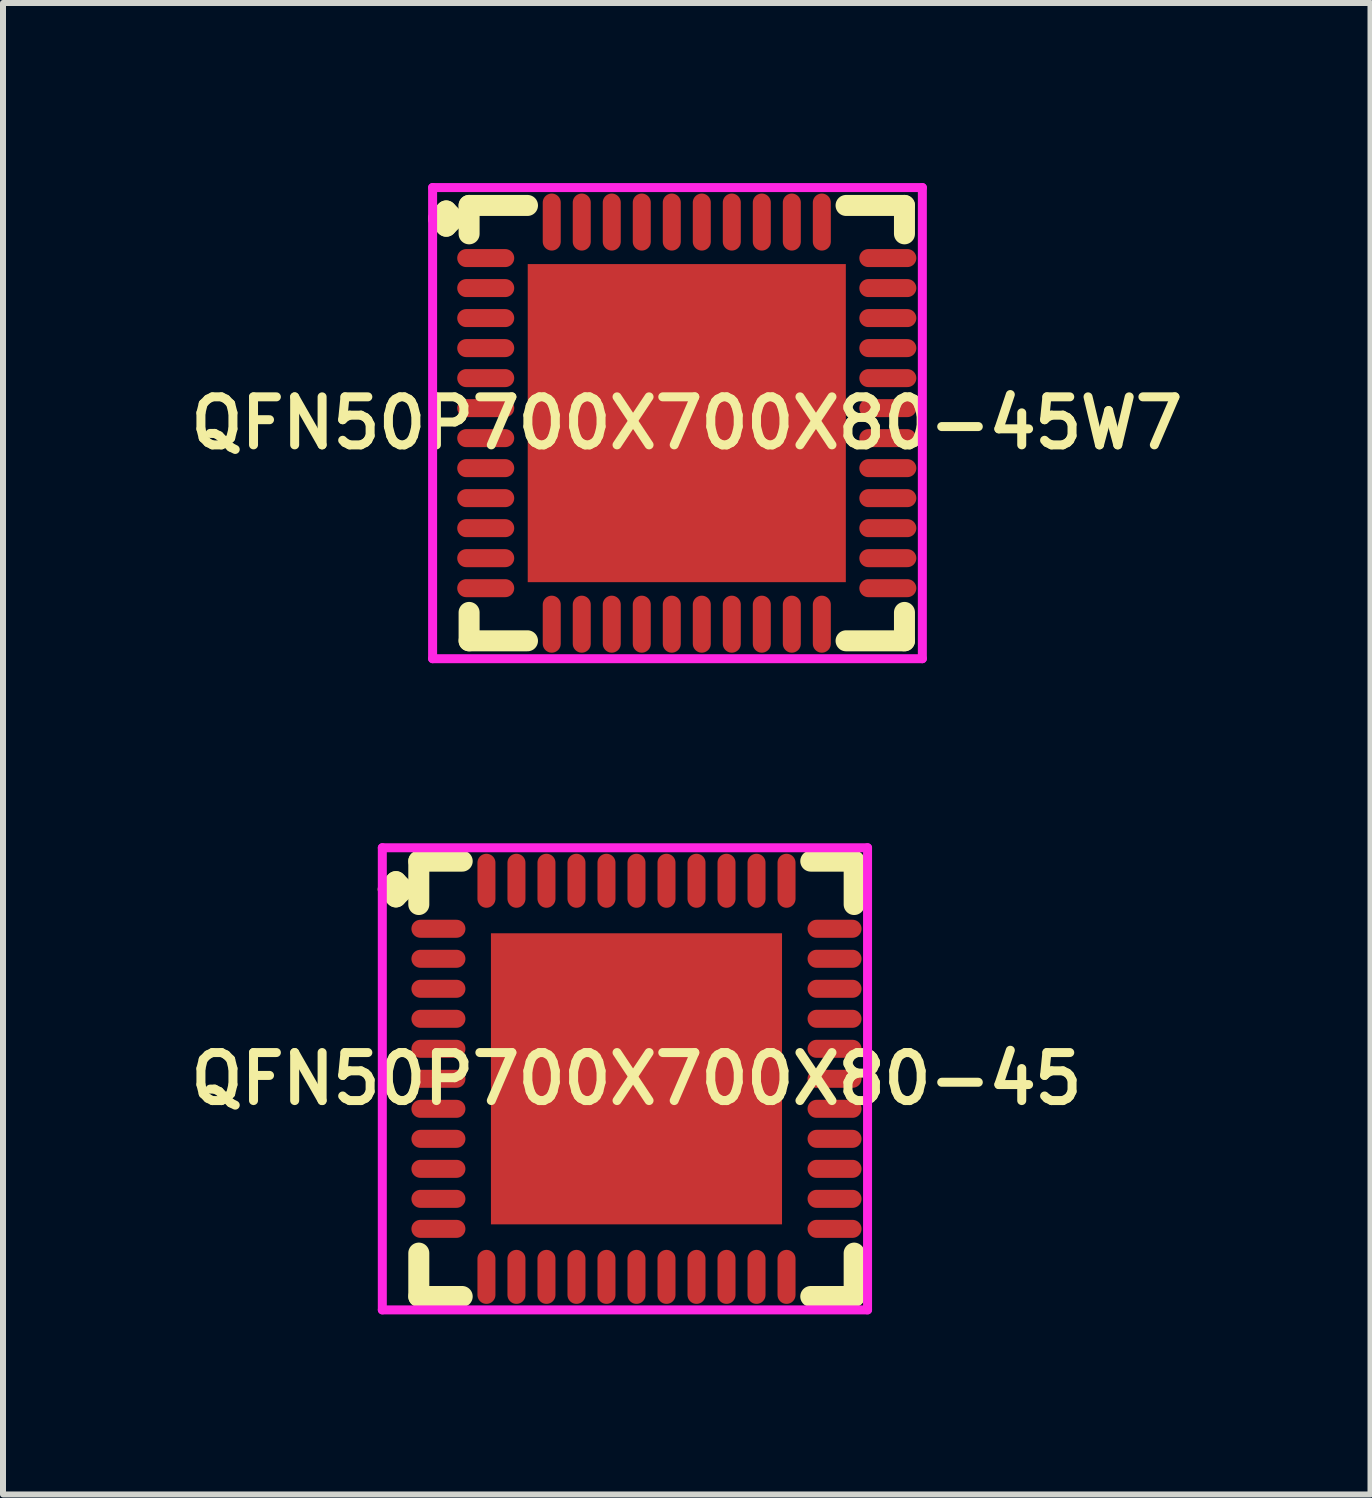
<source format=kicad_pcb>
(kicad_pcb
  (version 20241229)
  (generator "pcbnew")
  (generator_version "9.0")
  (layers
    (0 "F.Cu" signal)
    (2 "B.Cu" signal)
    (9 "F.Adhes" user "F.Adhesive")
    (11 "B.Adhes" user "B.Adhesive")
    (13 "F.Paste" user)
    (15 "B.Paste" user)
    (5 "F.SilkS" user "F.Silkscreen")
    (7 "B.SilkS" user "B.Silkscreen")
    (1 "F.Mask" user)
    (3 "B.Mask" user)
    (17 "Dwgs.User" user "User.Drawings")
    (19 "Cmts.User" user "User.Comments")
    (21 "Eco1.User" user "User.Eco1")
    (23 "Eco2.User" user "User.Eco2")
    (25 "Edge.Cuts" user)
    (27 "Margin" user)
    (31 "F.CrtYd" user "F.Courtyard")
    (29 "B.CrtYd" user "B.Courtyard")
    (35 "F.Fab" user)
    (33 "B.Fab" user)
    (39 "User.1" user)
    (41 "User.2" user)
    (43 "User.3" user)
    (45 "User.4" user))
  (footprint "QFN50P700X700X80-45W7"
    (layer "F.Cu")
    (at 8.393 4)
    (property "Reference" "QFN50P700X700X80-45W7" (at 0 0 0) (layer "F.SilkS") (effects (font (size 0.8 0.8) (thickness 0.15))))
    (attr smd)
    (fp_line (start -4.135 -3.408) (end -4.008 -3.535) (stroke (width 0.35) (type solid)) (layer "F.SilkS"))
    (fp_line (start -4.008 -3.535) (end -3.881 -3.408) (stroke (width 0.35) (type solid)) (layer "F.SilkS"))
    (fp_line (start -4.008 -3.281) (end -4.135 -3.408) (stroke (width 0.35) (type solid)) (layer "F.SilkS"))
    (fp_line (start -3.881 -3.408) (end -4.008 -3.281) (stroke (width 0.35) (type solid)) (layer "F.SilkS"))
    (fp_line (start -3.627 -3.627) (end -2.654 -3.627) (stroke (width 0.35) (type solid)) (layer "F.SilkS"))
    (fp_line (start -3.627 -3.154) (end -3.627 -3.627) (stroke (width 0.35) (type solid)) (layer "F.SilkS"))
    (fp_line (start -3.627 3.154) (end -3.627 3.627) (stroke (width 0.35) (type solid)) (layer "F.SilkS"))
    (fp_line (start -3.627 3.627) (end -2.654 3.627) (stroke (width 0.35) (type solid)) (layer "F.SilkS"))
    (fp_line (start 2.654 -3.627) (end 3.627 -3.627) (stroke (width 0.35) (type solid)) (layer "F.SilkS"))
    (fp_line (start 2.654 3.627) (end 3.627 3.627) (stroke (width 0.35) (type solid)) (layer "F.SilkS"))
    (fp_line (start 3.627 -3.627) (end 3.627 -3.154) (stroke (width 0.35) (type solid)) (layer "F.SilkS"))
    (fp_line (start 3.627 3.627) (end 3.627 3.154) (stroke (width 0.35) (type solid)) (layer "F.SilkS"))
    (fp_line (start -4.235 -3.925) (end 3.925 -3.925) (stroke (width 0.15) (type solid)) (layer "F.CrtYd"))
    (fp_line (start -4.235 3.925) (end -4.235 -3.925) (stroke (width 0.15) (type solid)) (layer "F.CrtYd"))
    (fp_line (start 3.925 -3.925) (end 3.925 3.925) (stroke (width 0.15) (type solid)) (layer "F.CrtYd"))
    (fp_line (start 3.925 3.925) (end -4.235 3.925) (stroke (width 0.15) (type solid)) (layer "F.CrtYd"))
    (pad "1" smd oval (at -3.35 -2.75) (size 0.95 0.3) (layers "F.Cu" "F.Mask" "F.Paste"))
    (pad "2" smd oval (at -3.35 -2.25) (size 0.95 0.3) (layers "F.Cu" "F.Mask" "F.Paste"))
    (pad "3" smd oval (at -3.35 -1.75) (size 0.95 0.3) (layers "F.Cu" "F.Mask" "F.Paste"))
    (pad "4" smd oval (at -3.35 -1.25) (size 0.95 0.3) (layers "F.Cu" "F.Mask" "F.Paste"))
    (pad "5" smd oval (at -3.35 -0.75) (size 0.95 0.3) (layers "F.Cu" "F.Mask" "F.Paste"))
    (pad "6" smd oval (at -3.35 -0.25) (size 0.95 0.3) (layers "F.Cu" "F.Mask" "F.Paste"))
    (pad "7" smd oval (at -3.35 0.25) (size 0.95 0.3) (layers "F.Cu" "F.Mask" "F.Paste"))
    (pad "8" smd oval (at -3.35 0.75) (size 0.95 0.3) (layers "F.Cu" "F.Mask" "F.Paste"))
    (pad "9" smd oval (at -3.35 1.25) (size 0.95 0.3) (layers "F.Cu" "F.Mask" "F.Paste"))
    (pad "10" smd oval (at -3.35 1.75) (size 0.95 0.3) (layers "F.Cu" "F.Mask" "F.Paste"))
    (pad "11" smd oval (at -3.35 2.25) (size 0.95 0.3) (layers "F.Cu" "F.Mask" "F.Paste"))
    (pad "12" smd oval (at -3.35 2.75) (size 0.95 0.3) (layers "F.Cu" "F.Mask" "F.Paste"))
    (pad "13" smd oval (at -2.25 3.35) (size 0.3 0.95) (layers "F.Cu" "F.Mask" "F.Paste"))
    (pad "14" smd oval (at -1.75 3.35) (size 0.3 0.95) (layers "F.Cu" "F.Mask" "F.Paste"))
    (pad "15" smd oval (at -1.25 3.35) (size 0.3 0.95) (layers "F.Cu" "F.Mask" "F.Paste"))
    (pad "16" smd oval (at -0.75 3.35) (size 0.3 0.95) (layers "F.Cu" "F.Mask" "F.Paste"))
    (pad "17" smd oval (at -0.25 3.35) (size 0.3 0.95) (layers "F.Cu" "F.Mask" "F.Paste"))
    (pad "18" smd oval (at 0.25 3.35) (size 0.3 0.95) (layers "F.Cu" "F.Mask" "F.Paste"))
    (pad "19" smd oval (at 0.75 3.35) (size 0.3 0.95) (layers "F.Cu" "F.Mask" "F.Paste"))
    (pad "20" smd oval (at 1.25 3.35) (size 0.3 0.95) (layers "F.Cu" "F.Mask" "F.Paste"))
    (pad "21" smd oval (at 1.75 3.35) (size 0.3 0.95) (layers "F.Cu" "F.Mask" "F.Paste"))
    (pad "22" smd oval (at 2.25 3.35) (size 0.3 0.95) (layers "F.Cu" "F.Mask" "F.Paste"))
    (pad "23" smd oval (at 3.35 2.75) (size 0.95 0.3) (layers "F.Cu" "F.Mask" "F.Paste"))
    (pad "24" smd oval (at 3.35 2.25) (size 0.95 0.3) (layers "F.Cu" "F.Mask" "F.Paste"))
    (pad "25" smd oval (at 3.35 1.75) (size 0.95 0.3) (layers "F.Cu" "F.Mask" "F.Paste"))
    (pad "26" smd oval (at 3.35 1.25) (size 0.95 0.3) (layers "F.Cu" "F.Mask" "F.Paste"))
    (pad "27" smd oval (at 3.35 0.75) (size 0.95 0.3) (layers "F.Cu" "F.Mask" "F.Paste"))
    (pad "28" smd oval (at 3.35 0.25) (size 0.95 0.3) (layers "F.Cu" "F.Mask" "F.Paste"))
    (pad "29" smd oval (at 3.35 -0.25) (size 0.95 0.3) (layers "F.Cu" "F.Mask" "F.Paste"))
    (pad "30" smd oval (at 3.35 -0.75) (size 0.95 0.3) (layers "F.Cu" "F.Mask" "F.Paste"))
    (pad "31" smd oval (at 3.35 -1.25) (size 0.95 0.3) (layers "F.Cu" "F.Mask" "F.Paste"))
    (pad "32" smd oval (at 3.35 -1.75) (size 0.95 0.3) (layers "F.Cu" "F.Mask" "F.Paste"))
    (pad "33" smd oval (at 3.35 -2.25) (size 0.95 0.3) (layers "F.Cu" "F.Mask" "F.Paste"))
    (pad "34" smd oval (at 3.35 -2.75) (size 0.95 0.3) (layers "F.Cu" "F.Mask" "F.Paste"))
    (pad "35" smd oval (at 2.25 -3.35) (size 0.3 0.95) (layers "F.Cu" "F.Mask" "F.Paste"))
    (pad "36" smd oval (at 1.75 -3.35) (size 0.3 0.95) (layers "F.Cu" "F.Mask" "F.Paste"))
    (pad "37" smd oval (at 1.25 -3.35) (size 0.3 0.95) (layers "F.Cu" "F.Mask" "F.Paste"))
    (pad "38" smd oval (at 0.75 -3.35) (size 0.3 0.95) (layers "F.Cu" "F.Mask" "F.Paste"))
    (pad "39" smd oval (at 0.25 -3.35) (size 0.3 0.95) (layers "F.Cu" "F.Mask" "F.Paste"))
    (pad "40" smd oval (at -0.25 -3.35) (size 0.3 0.95) (layers "F.Cu" "F.Mask" "F.Paste"))
    (pad "41" smd oval (at -0.75 -3.35) (size 0.3 0.95) (layers "F.Cu" "F.Mask" "F.Paste"))
    (pad "42" smd oval (at -1.25 -3.35) (size 0.3 0.95) (layers "F.Cu" "F.Mask" "F.Paste"))
    (pad "43" smd oval (at -1.75 -3.35) (size 0.3 0.95) (layers "F.Cu" "F.Mask" "F.Paste"))
    (pad "44" smd oval (at -2.25 -3.35) (size 0.3 0.95) (layers "F.Cu" "F.Mask" "F.Paste"))
    (pad "45" smd rect (at 0 0) (size 5.3 5.3) (layers "F.Cu" "F.Mask" "F.Paste")))
  (footprint "QFN50P700X700X80-45"
    (layer "F.Cu")
    (at 7.555 14.925)
    (property "Reference" "QFN50P700X700X80-45" (at 0 0 0) (layer "F.SilkS") (effects (font (size 0.8 0.8) (thickness 0.15))))
    (attr smd)
    (fp_line (start -4.135 -3.158) (end -4.008 -3.285) (stroke (width 0.35) (type solid)) (layer "F.SilkS"))
    (fp_line (start -4.008 -3.285) (end -3.881 -3.158) (stroke (width 0.35) (type solid)) (layer "F.SilkS"))
    (fp_line (start -4.008 -3.031) (end -4.135 -3.158) (stroke (width 0.35) (type solid)) (layer "F.SilkS"))
    (fp_line (start -3.881 -3.158) (end -4.008 -3.031) (stroke (width 0.35) (type solid)) (layer "F.SilkS"))
    (fp_line (start -3.627 -3.627) (end -2.904 -3.627) (stroke (width 0.35) (type solid)) (layer "F.SilkS"))
    (fp_line (start -3.627 -2.904) (end -3.627 -3.627) (stroke (width 0.35) (type solid)) (layer "F.SilkS"))
    (fp_line (start -3.627 2.904) (end -3.627 3.627) (stroke (width 0.35) (type solid)) (layer "F.SilkS"))
    (fp_line (start -3.627 3.627) (end -2.904 3.627) (stroke (width 0.35) (type solid)) (layer "F.SilkS"))
    (fp_line (start 2.904 -3.627) (end 3.627 -3.627) (stroke (width 0.35) (type solid)) (layer "F.SilkS"))
    (fp_line (start 2.904 3.627) (end 3.627 3.627) (stroke (width 0.35) (type solid)) (layer "F.SilkS"))
    (fp_line (start 3.627 -3.627) (end 3.627 -2.904) (stroke (width 0.35) (type solid)) (layer "F.SilkS"))
    (fp_line (start 3.627 3.627) (end 3.627 2.904) (stroke (width 0.35) (type solid)) (layer "F.SilkS"))
    (fp_line (start -4.235 -3.85) (end 3.85 -3.85) (stroke (width 0.15) (type solid)) (layer "F.CrtYd"))
    (fp_line (start -4.235 3.85) (end -4.235 -3.85) (stroke (width 0.15) (type solid)) (layer "F.CrtYd"))
    (fp_line (start 3.85 -3.85) (end 3.85 3.85) (stroke (width 0.15) (type solid)) (layer "F.CrtYd"))
    (fp_line (start 3.85 3.85) (end -4.235 3.85) (stroke (width 0.15) (type solid)) (layer "F.CrtYd"))
    (pad "1" smd oval (at -3.3 -2.5) (size 0.9 0.3) (layers "F.Cu" "F.Mask" "F.Paste"))
    (pad "2" smd oval (at -3.3 -2) (size 0.9 0.3) (layers "F.Cu" "F.Mask" "F.Paste"))
    (pad "3" smd oval (at -3.3 -1.5) (size 0.9 0.3) (layers "F.Cu" "F.Mask" "F.Paste"))
    (pad "4" smd oval (at -3.3 -1) (size 0.9 0.3) (layers "F.Cu" "F.Mask" "F.Paste"))
    (pad "5" smd oval (at -3.3 -0.5) (size 0.9 0.3) (layers "F.Cu" "F.Mask" "F.Paste"))
    (pad "6" smd oval (at -3.3 0) (size 0.9 0.3) (layers "F.Cu" "F.Mask" "F.Paste"))
    (pad "7" smd oval (at -3.3 0.5) (size 0.9 0.3) (layers "F.Cu" "F.Mask" "F.Paste"))
    (pad "8" smd oval (at -3.3 1) (size 0.9 0.3) (layers "F.Cu" "F.Mask" "F.Paste"))
    (pad "9" smd oval (at -3.3 1.5) (size 0.9 0.3) (layers "F.Cu" "F.Mask" "F.Paste"))
    (pad "10" smd oval (at -3.3 2) (size 0.9 0.3) (layers "F.Cu" "F.Mask" "F.Paste"))
    (pad "11" smd oval (at -3.3 2.5) (size 0.9 0.3) (layers "F.Cu" "F.Mask" "F.Paste"))
    (pad "12" smd oval (at -2.5 3.3) (size 0.3 0.9) (layers "F.Cu" "F.Mask" "F.Paste"))
    (pad "13" smd oval (at -2 3.3) (size 0.3 0.9) (layers "F.Cu" "F.Mask" "F.Paste"))
    (pad "14" smd oval (at -1.5 3.3) (size 0.3 0.9) (layers "F.Cu" "F.Mask" "F.Paste"))
    (pad "15" smd oval (at -1 3.3) (size 0.3 0.9) (layers "F.Cu" "F.Mask" "F.Paste"))
    (pad "16" smd oval (at -0.5 3.3) (size 0.3 0.9) (layers "F.Cu" "F.Mask" "F.Paste"))
    (pad "17" smd oval (at 0 3.3) (size 0.3 0.9) (layers "F.Cu" "F.Mask" "F.Paste"))
    (pad "18" smd oval (at 0.5 3.3) (size 0.3 0.9) (layers "F.Cu" "F.Mask" "F.Paste"))
    (pad "19" smd oval (at 1 3.3) (size 0.3 0.9) (layers "F.Cu" "F.Mask" "F.Paste"))
    (pad "20" smd oval (at 1.5 3.3) (size 0.3 0.9) (layers "F.Cu" "F.Mask" "F.Paste"))
    (pad "21" smd oval (at 2 3.3) (size 0.3 0.9) (layers "F.Cu" "F.Mask" "F.Paste"))
    (pad "22" smd oval (at 2.5 3.3) (size 0.3 0.9) (layers "F.Cu" "F.Mask" "F.Paste"))
    (pad "23" smd oval (at 3.3 2.5) (size 0.9 0.3) (layers "F.Cu" "F.Mask" "F.Paste"))
    (pad "24" smd oval (at 3.3 2) (size 0.9 0.3) (layers "F.Cu" "F.Mask" "F.Paste"))
    (pad "25" smd oval (at 3.3 1.5) (size 0.9 0.3) (layers "F.Cu" "F.Mask" "F.Paste"))
    (pad "26" smd oval (at 3.3 1) (size 0.9 0.3) (layers "F.Cu" "F.Mask" "F.Paste"))
    (pad "27" smd oval (at 3.3 0.5) (size 0.9 0.3) (layers "F.Cu" "F.Mask" "F.Paste"))
    (pad "28" smd oval (at 3.3 0) (size 0.9 0.3) (layers "F.Cu" "F.Mask" "F.Paste"))
    (pad "29" smd oval (at 3.3 -0.5) (size 0.9 0.3) (layers "F.Cu" "F.Mask" "F.Paste"))
    (pad "30" smd oval (at 3.3 -1) (size 0.9 0.3) (layers "F.Cu" "F.Mask" "F.Paste"))
    (pad "31" smd oval (at 3.3 -1.5) (size 0.9 0.3) (layers "F.Cu" "F.Mask" "F.Paste"))
    (pad "32" smd oval (at 3.3 -2) (size 0.9 0.3) (layers "F.Cu" "F.Mask" "F.Paste"))
    (pad "33" smd oval (at 3.3 -2.5) (size 0.9 0.3) (layers "F.Cu" "F.Mask" "F.Paste"))
    (pad "34" smd oval (at 2.5 -3.3) (size 0.3 0.9) (layers "F.Cu" "F.Mask" "F.Paste"))
    (pad "35" smd oval (at 2 -3.3) (size 0.3 0.9) (layers "F.Cu" "F.Mask" "F.Paste"))
    (pad "36" smd oval (at 1.5 -3.3) (size 0.3 0.9) (layers "F.Cu" "F.Mask" "F.Paste"))
    (pad "37" smd oval (at 1 -3.3) (size 0.3 0.9) (layers "F.Cu" "F.Mask" "F.Paste"))
    (pad "38" smd oval (at 0.5 -3.3) (size 0.3 0.9) (layers "F.Cu" "F.Mask" "F.Paste"))
    (pad "39" smd oval (at 0 -3.3) (size 0.3 0.9) (layers "F.Cu" "F.Mask" "F.Paste"))
    (pad "40" smd oval (at -0.5 -3.3) (size 0.3 0.9) (layers "F.Cu" "F.Mask" "F.Paste"))
    (pad "41" smd oval (at -1 -3.3) (size 0.3 0.9) (layers "F.Cu" "F.Mask" "F.Paste"))
    (pad "42" smd oval (at -1.5 -3.3) (size 0.3 0.9) (layers "F.Cu" "F.Mask" "F.Paste"))
    (pad "43" smd oval (at -2 -3.3) (size 0.3 0.9) (layers "F.Cu" "F.Mask" "F.Paste"))
    (pad "44" smd oval (at -2.5 -3.3) (size 0.3 0.9) (layers "F.Cu" "F.Mask" "F.Paste"))
    (pad "45" smd rect (at 0 0) (size 4.85 4.85) (layers "F.Cu" "F.Mask" "F.Paste")))
  (gr_rect
    (start -3 -3)
    (end 19.785 21.85)
    (stroke (width 0.1) (type default))
    (fill no)
    (layer "Edge.Cuts")))
</source>
